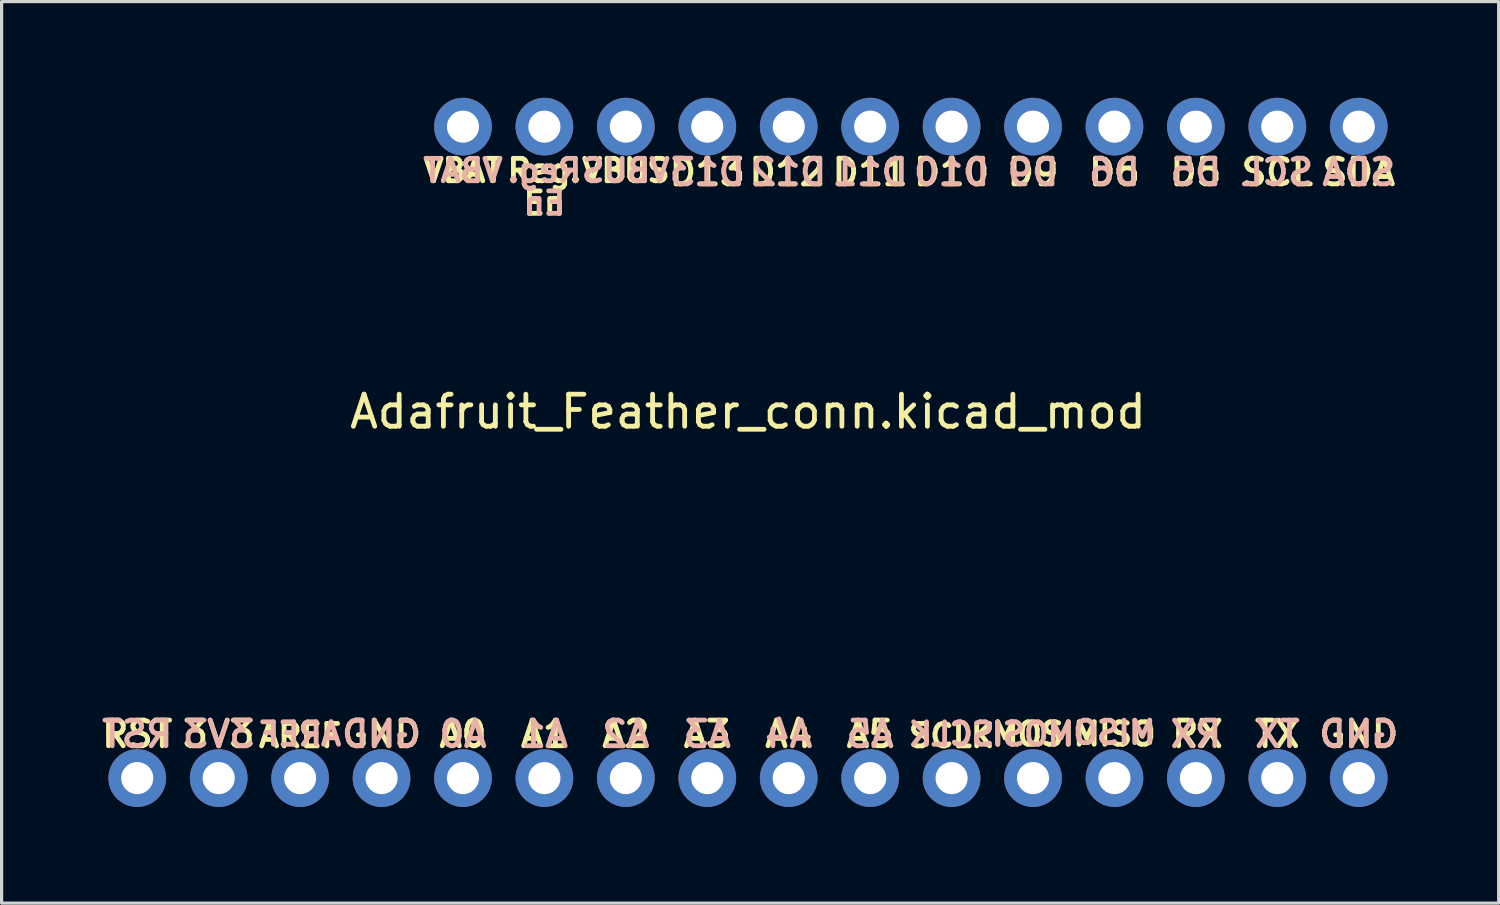
<source format=kicad_pcb>
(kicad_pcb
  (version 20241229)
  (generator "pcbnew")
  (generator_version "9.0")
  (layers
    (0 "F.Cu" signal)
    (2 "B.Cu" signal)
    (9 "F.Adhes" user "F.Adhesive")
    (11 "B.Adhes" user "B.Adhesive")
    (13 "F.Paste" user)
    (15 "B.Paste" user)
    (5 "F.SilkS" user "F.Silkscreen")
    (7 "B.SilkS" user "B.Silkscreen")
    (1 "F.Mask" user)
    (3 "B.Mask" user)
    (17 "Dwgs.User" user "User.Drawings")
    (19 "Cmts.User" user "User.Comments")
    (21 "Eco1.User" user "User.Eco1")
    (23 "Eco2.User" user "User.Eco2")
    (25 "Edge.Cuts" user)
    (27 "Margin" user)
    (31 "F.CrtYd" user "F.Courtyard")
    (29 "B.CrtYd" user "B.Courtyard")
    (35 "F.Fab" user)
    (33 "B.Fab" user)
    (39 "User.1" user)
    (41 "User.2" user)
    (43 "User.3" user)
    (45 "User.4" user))
  (footprint "Adafruit_Feather_conn.kicad_mod"
    (layer "F.Cu")
    (at 20.281 11.06)
    (property "Reference" "Adafruit_Feather_conn.kicad_mod" (at 0 -1.27 0) (layer "F.SilkS") (effects (font (size 1 1) (thickness 0.15))))
    (attr through_hole)
    (fp_text user "A4" (at 1.27 8.788 0) (layer "F.SilkS") (effects (font (size 0.8 0.8) (thickness 0.15))))
    (fp_text user "TX" (at 16.51 8.788 0) (layer "F.SilkS") (effects (font (size 0.8 0.8) (thickness 0.15))))
    (fp_text user "D10" (at 6.35 -8.738 0) (layer "F.SilkS") (effects (font (size 0.8 0.8) (thickness 0.15))))
    (fp_text user "D12" (at 1.219 -8.738 0) (layer "F.SilkS") (effects (font (size 0.8 0.8) (thickness 0.15))))
    (fp_text user "D9" (at 8.89 -8.738 0) (layer "F.SilkS") (effects (font (size 0.8 0.8) (thickness 0.15))))
    (fp_text user "VBUS" (at -3.81 -8.788 0) (layer "F.SilkS") (effects (font (size 0.7 0.7) (thickness 0.15))))
    (fp_text user "D11" (at 3.81 -8.738 0) (layer "F.SilkS") (effects (font (size 0.8 0.8) (thickness 0.15))))
    (fp_text user "SDA" (at 19.05 -8.738 0) (layer "F.SilkS") (effects (font (size 0.8 0.8) (thickness 0.15))))
    (fp_text user "SCL" (at 16.51 -8.738 0) (layer "F.SilkS") (effects (font (size 0.8 0.8) (thickness 0.15))))
    (fp_text user "AREF" (at -13.97 8.839 0) (layer "F.SilkS") (effects (font (size 0.7 0.7) (thickness 0.15))))
    (fp_text user "A2" (at -3.81 8.788 0) (layer "F.SilkS") (effects (font (size 0.8 0.8) (thickness 0.15))))
    (fp_text user "RX" (at 14.021 8.788 0) (layer "F.SilkS") (effects (font (size 0.8 0.8) (thickness 0.15))))
    (fp_text user "GND" (at 19.05 8.788 0) (layer "F.SilkS") (effects (font (size 0.8 0.8) (thickness 0.15))))
    (fp_text user "A0" (at -8.89 8.788 0) (layer "F.SilkS") (effects (font (size 0.8 0.8) (thickness 0.15))))
    (fp_text user "A1" (at -6.35 8.788 0) (layer "F.SilkS") (effects (font (size 0.8 0.8) (thickness 0.15))))
    (fp_text user "RST" (at -19.05 8.788 0) (layer "F.SilkS") (effects (font (size 0.8 0.8) (thickness 0.15))))
    (fp_text user "MOSI" (at 8.89 8.788 0) (layer "F.SilkS") (effects (font (size 0.7 0.7) (thickness 0.15))))
    (fp_text user "3V3" (at -16.51 8.788 0) (layer "F.SilkS") (effects (font (size 0.8 0.8) (thickness 0.15))))
    (fp_text user "VBAT" (at -8.89 -8.788 0) (layer "F.SilkS") (effects (font (size 0.7 0.7) (thickness 0.15))))
    (fp_text user "En" (at -6.35 -7.772 0) (layer "F.SilkS") (effects (font (size 0.7 0.7) (thickness 0.15))))
    (fp_text user "A3" (at -1.27 8.788 0) (layer "F.SilkS") (effects (font (size 0.8 0.8) (thickness 0.15))))
    (fp_text user "A5" (at 3.81 8.788 0) (layer "F.SilkS") (effects (font (size 0.8 0.8) (thickness 0.15))))
    (fp_text user "SCLK" (at 6.35 8.839 0) (layer "F.SilkS") (effects (font (size 0.7 0.7) (thickness 0.15))))
    (fp_text user "MISO" (at 11.43 8.788 0) (layer "F.SilkS") (effects (font (size 0.7 0.7) (thickness 0.15))))
    (fp_text user "D6" (at 11.43 -8.738 0) (layer "F.SilkS") (effects (font (size 0.8 0.8) (thickness 0.15))))
    (fp_text user "GND" (at -11.43 8.788 0) (layer "F.SilkS") (effects (font (size 0.8 0.8) (thickness 0.15))))
    (fp_text user "D5" (at 13.97 -8.738 0) (layer "F.SilkS") (effects (font (size 0.8 0.8) (thickness 0.15))))
    (fp_text user "Reg." (at -6.35 -8.788 0) (layer "F.SilkS") (effects (font (size 0.7 0.7) (thickness 0.15))))
    (fp_text user "D13" (at -1.27 -8.738 0) (layer "F.SilkS") (effects (font (size 0.8 0.8) (thickness 0.15))))
    (fp_text user "A3" (at -1.27 8.788 0) (layer "B.SilkS") (effects (font (size 0.8 0.8) (thickness 0.15)) (justify mirror)))
    (fp_text user "GND" (at 19.05 8.788 0) (layer "B.SilkS") (effects (font (size 0.8 0.8) (thickness 0.15)) (justify mirror)))
    (fp_text user "TX" (at 16.51 8.788 0) (layer "B.SilkS") (effects (font (size 0.8 0.8) (thickness 0.15)) (justify mirror)))
    (fp_text user "A0" (at -8.89 8.788 0) (layer "B.SilkS") (effects (font (size 0.8 0.8) (thickness 0.15)) (justify mirror)))
    (fp_text user "D12" (at 1.27 -8.738 0) (layer "B.SilkS") (effects (font (size 0.8 0.8) (thickness 0.15)) (justify mirror)))
    (fp_text user "SCLK" (at 6.35 8.788 0) (layer "B.SilkS") (effects (font (size 0.7 0.7) (thickness 0.15)) (justify mirror)))
    (fp_text user "D5" (at 13.97 -8.738 0) (layer "B.SilkS") (effects (font (size 0.8 0.8) (thickness 0.15)) (justify mirror)))
    (fp_text user "D10" (at 6.35 -8.738 0) (layer "B.SilkS") (effects (font (size 0.8 0.8) (thickness 0.15)) (justify mirror)))
    (fp_text user "VBAT" (at -8.89 -8.788 0) (layer "B.SilkS") (effects (font (size 0.7 0.7) (thickness 0.15)) (justify mirror)))
    (fp_text user "VBUS" (at -3.81 -8.788 0) (layer "B.SilkS") (effects (font (size 0.7 0.7) (thickness 0.15)) (justify mirror)))
    (fp_text user "A1" (at -6.35 8.788 0) (layer "B.SilkS") (effects (font (size 0.8 0.8) (thickness 0.15)) (justify mirror)))
    (fp_text user "MISO" (at 11.43 8.738 0) (layer "B.SilkS") (effects (font (size 0.7 0.7) (thickness 0.15)) (justify mirror)))
    (fp_text user "Reg." (at -6.35 -8.788 0) (layer "B.SilkS") (effects (font (size 0.7 0.7) (thickness 0.15)) (justify mirror)))
    (fp_text user "A2" (at -3.81 8.788 0) (layer "B.SilkS") (effects (font (size 0.8 0.8) (thickness 0.15)) (justify mirror)))
    (fp_text user "D11" (at 3.81 -8.738 0) (layer "B.SilkS") (effects (font (size 0.8 0.8) (thickness 0.15)) (justify mirror)))
    (fp_text user "MOSI" (at 8.89 8.788 0) (layer "B.SilkS") (effects (font (size 0.7 0.7) (thickness 0.15)) (justify mirror)))
    (fp_text user "D6" (at 11.43 -8.738 0) (layer "B.SilkS") (effects (font (size 0.8 0.8) (thickness 0.15)) (justify mirror)))
    (fp_text user "A4" (at 1.27 8.788 0) (layer "B.SilkS") (effects (font (size 0.8 0.8) (thickness 0.15)) (justify mirror)))
    (fp_text user "3V3" (at -16.51 8.788 0) (layer "B.SilkS") (effects (font (size 0.8 0.8) (thickness 0.15)) (justify mirror)))
    (fp_text user "AREF" (at -13.97 8.788 0) (layer "B.SilkS") (effects (font (size 0.7 0.7) (thickness 0.15)) (justify mirror)))
    (fp_text user "A5" (at 3.81 8.788 0) (layer "B.SilkS") (effects (font (size 0.8 0.8) (thickness 0.15)) (justify mirror)))
    (fp_text user "GND" (at -11.43 8.788 0) (layer "B.SilkS") (effects (font (size 0.8 0.8) (thickness 0.15)) (justify mirror)))
    (fp_text user "D9" (at 8.89 -8.738 0) (layer "B.SilkS") (effects (font (size 0.8 0.8) (thickness 0.15)) (justify mirror)))
    (fp_text user "D13" (at -1.27 -8.738 0) (layer "B.SilkS") (effects (font (size 0.8 0.8) (thickness 0.15)) (justify mirror)))
    (fp_text user "RX" (at 13.97 8.788 0) (layer "B.SilkS") (effects (font (size 0.8 0.8) (thickness 0.15)) (justify mirror)))
    (fp_text user "En" (at -6.35 -7.772 0) (layer "B.SilkS") (effects (font (size 0.7 0.7) (thickness 0.15)) (justify mirror)))
    (fp_text user "SDA" (at 19.05 -8.738 0) (layer "B.SilkS") (effects (font (size 0.8 0.8) (thickness 0.15)) (justify mirror)))
    (fp_text user "RST" (at -19.05 8.788 0) (layer "B.SilkS") (effects (font (size 0.8 0.8) (thickness 0.15)) (justify mirror)))
    (fp_text user "SCL" (at 16.51 -8.738 0) (layer "B.SilkS") (effects (font (size 0.8 0.8) (thickness 0.15)) (justify mirror)))
    (pad "1" thru_hole circle (at -19.05 10.16) (size 1.8 1.8) (drill 1) (layers "*.Cu" "*.Mask"))
    (pad "2" thru_hole circle (at -16.51 10.16) (size 1.8 1.8) (drill 1) (layers "*.Cu" "*.Mask"))
    (pad "3" thru_hole circle (at -13.97 10.16) (size 1.8 1.8) (drill 1) (layers "*.Cu" "*.Mask"))
    (pad "4" thru_hole circle (at -11.43 10.16) (size 1.8 1.8) (drill 1) (layers "*.Cu" "*.Mask"))
    (pad "5" thru_hole circle (at -8.89 10.16) (size 1.8 1.8) (drill 1) (layers "*.Cu" "*.Mask"))
    (pad "6" thru_hole circle (at -6.35 10.16) (size 1.8 1.8) (drill 1) (layers "*.Cu" "*.Mask"))
    (pad "7" thru_hole circle (at -3.81 10.16) (size 1.8 1.8) (drill 1) (layers "*.Cu" "*.Mask"))
    (pad "8" thru_hole circle (at -1.27 10.16) (size 1.8 1.8) (drill 1) (layers "*.Cu" "*.Mask"))
    (pad "9" thru_hole circle (at 1.27 10.16) (size 1.8 1.8) (drill 1) (layers "*.Cu" "*.Mask"))
    (pad "10" thru_hole circle (at 3.81 10.16) (size 1.8 1.8) (drill 1) (layers "*.Cu" "*.Mask"))
    (pad "11" thru_hole circle (at 6.35 10.16) (size 1.8 1.8) (drill 1) (layers "*.Cu" "*.Mask"))
    (pad "12" thru_hole circle (at 8.89 10.16) (size 1.8 1.8) (drill 1) (layers "*.Cu" "*.Mask"))
    (pad "13" thru_hole circle (at 11.43 10.16) (size 1.8 1.8) (drill 1) (layers "*.Cu" "*.Mask"))
    (pad "14" thru_hole circle (at 13.97 10.16) (size 1.8 1.8) (drill 1) (layers "*.Cu" "*.Mask"))
    (pad "15" thru_hole circle (at 16.51 10.16) (size 1.8 1.8) (drill 1) (layers "*.Cu" "*.Mask"))
    (pad "16" thru_hole circle (at 19.05 10.16) (size 1.8 1.8) (drill 1) (layers "*.Cu" "*.Mask"))
    (pad "17" thru_hole circle (at 19.05 -10.16) (size 1.8 1.8) (drill 1) (layers "*.Cu" "*.Mask"))
    (pad "18" thru_hole circle (at 16.51 -10.16) (size 1.8 1.8) (drill 1) (layers "*.Cu" "*.Mask"))
    (pad "19" thru_hole circle (at 13.97 -10.16) (size 1.8 1.8) (drill 1) (layers "*.Cu" "*.Mask"))
    (pad "20" thru_hole circle (at 11.43 -10.16) (size 1.8 1.8) (drill 1) (layers "*.Cu" "*.Mask"))
    (pad "21" thru_hole circle (at 8.89 -10.16) (size 1.8 1.8) (drill 1) (layers "*.Cu" "*.Mask"))
    (pad "22" thru_hole circle (at 6.35 -10.16) (size 1.8 1.8) (drill 1) (layers "*.Cu" "*.Mask"))
    (pad "23" thru_hole circle (at 3.81 -10.16) (size 1.8 1.8) (drill 1) (layers "*.Cu" "*.Mask"))
    (pad "24" thru_hole circle (at 1.27 -10.16) (size 1.8 1.8) (drill 1) (layers "*.Cu" "*.Mask"))
    (pad "25" thru_hole circle (at -1.27 -10.16) (size 1.8 1.8) (drill 1) (layers "*.Cu" "*.Mask"))
    (pad "26" thru_hole circle (at -3.81 -10.16) (size 1.8 1.8) (drill 1) (layers "*.Cu" "*.Mask"))
    (pad "27" thru_hole circle (at -6.35 -10.16) (size 1.8 1.8) (drill 1) (layers "*.Cu" "*.Mask"))
    (pad "28" thru_hole circle (at -8.89 -10.16) (size 1.8 1.8) (drill 1) (layers "*.Cu" "*.Mask")))
  (gr_rect
    (start -3 -3)
    (end 43.695 25.12)
    (stroke (width 0.1) (type default))
    (fill no)
    (layer "Edge.Cuts")))
</source>
